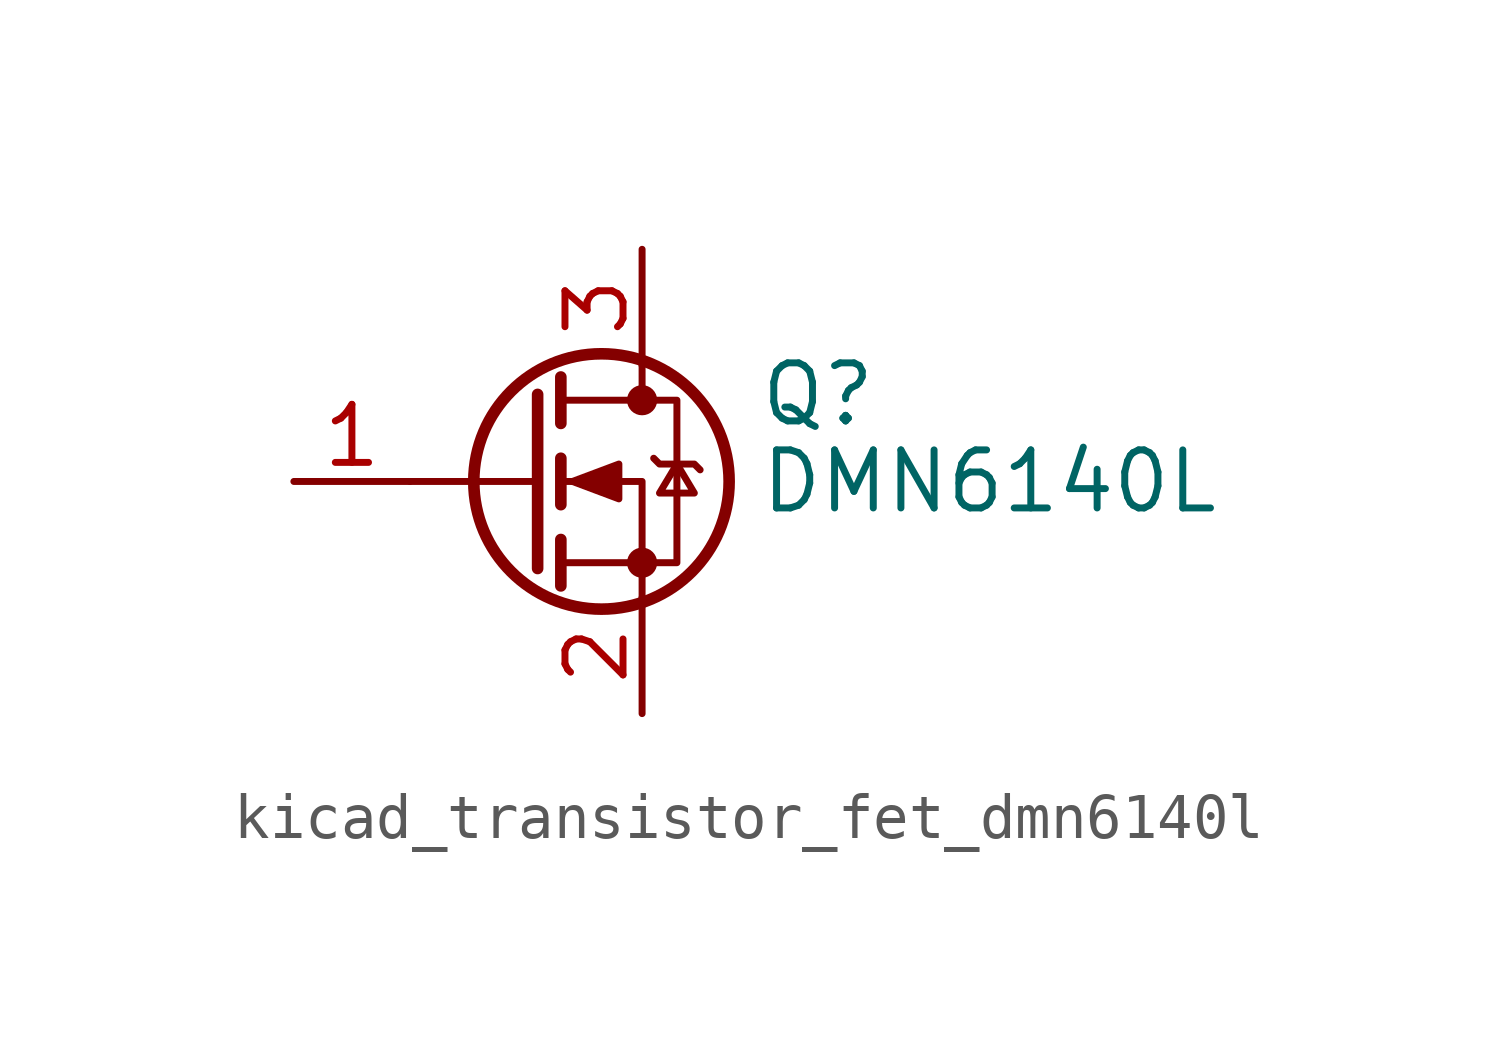
<source format=kicad_sym>
(kicad_symbol_lib
  (version 20220914)
  (generator kicad_symbol_editor)
  (symbol "kicad_transistor_fet_dmn6140l"
    (pin_names hide)
    (property "Reference" "Q"
      (at 5.08 1.905 0)
      (effects (font (size 1.27 1.27)) (justify left)))
    (property "Value" "DMN6140L"
      (at 5.08 0 0)
      (effects (font (size 1.27 1.27)) (justify left)))
    (symbol "kicad_transistor_fet_dmn6140l_0_1"
      (polyline (pts (xy 0.254 0) (xy -2.54 0)) (stroke (width 0) (type default)) (fill (type none)))
      (polyline (pts (xy 0.254 1.905) (xy 0.254 -1.905)) (stroke (width 0.254) (type default)) (fill (type none)))
      (polyline (pts (xy 0.762 -1.27) (xy 0.762 -2.286)) (stroke (width 0.254) (type default)) (fill (type none)))
      (polyline (pts (xy 0.762 0.508) (xy 0.762 -0.508)) (stroke (width 0.254) (type default)) (fill (type none)))
      (polyline (pts (xy 0.762 2.286) (xy 0.762 1.27)) (stroke (width 0.254) (type default)) (fill (type none)))
      (polyline (pts (xy 2.54 2.54) (xy 2.54 1.778)) (stroke (width 0) (type default)) (fill (type none)))
      (polyline (pts (xy 2.54 -2.54) (xy 2.54 0) (xy 0.762 0)) (stroke (width 0) (type default)) (fill (type none)))
      (polyline (pts (xy 0.762 -1.778) (xy 3.302 -1.778) (xy 3.302 1.778) (xy 0.762 1.778)) (stroke (width 0) (type default)) (fill (type none)))
      (polyline (pts (xy 1.016 0) (xy 2.032 0.381) (xy 2.032 -0.381) (xy 1.016 0)) (stroke (width 0) (type default)) (fill (type outline)))
      (polyline (pts (xy 2.794 0.508) (xy 2.921 0.381) (xy 3.683 0.381) (xy 3.81 0.254)) (stroke (width 0) (type default)) (fill (type none)))
      (polyline (pts (xy 3.302 0.381) (xy 2.921 -0.254) (xy 3.683 -0.254) (xy 3.302 0.381)) (stroke (width 0) (type default)) (fill (type none)))
      (circle (center 1.651 0) (radius 2.794) (stroke (width 0.254) (type default)) (fill (type none)))
      (circle (center 2.54 -1.778) (radius 0.254) (stroke (width 0) (type default)) (fill (type outline)))
      (circle (center 2.54 1.778) (radius 0.254) (stroke (width 0) (type default)) (fill (type outline))))
    (symbol "kicad_transistor_fet_dmn6140l_1_1"
      (pin input line (at -5.08 0 0) (length 2.54) (name "G" (effects (font (size 1.27 1.27)))) (number "1" (effects (font (size 1.27 1.27)))))
      (pin passive line (at 2.54 -5.08 90) (length 2.54) (name "S" (effects (font (size 1.27 1.27)))) (number "2" (effects (font (size 1.27 1.27)))))
      (pin passive line (at 2.54 5.08 270) (length 2.54) (name "D" (effects (font (size 1.27 1.27)))) (number "3" (effects (font (size 1.27 1.27))))))))
</source>
